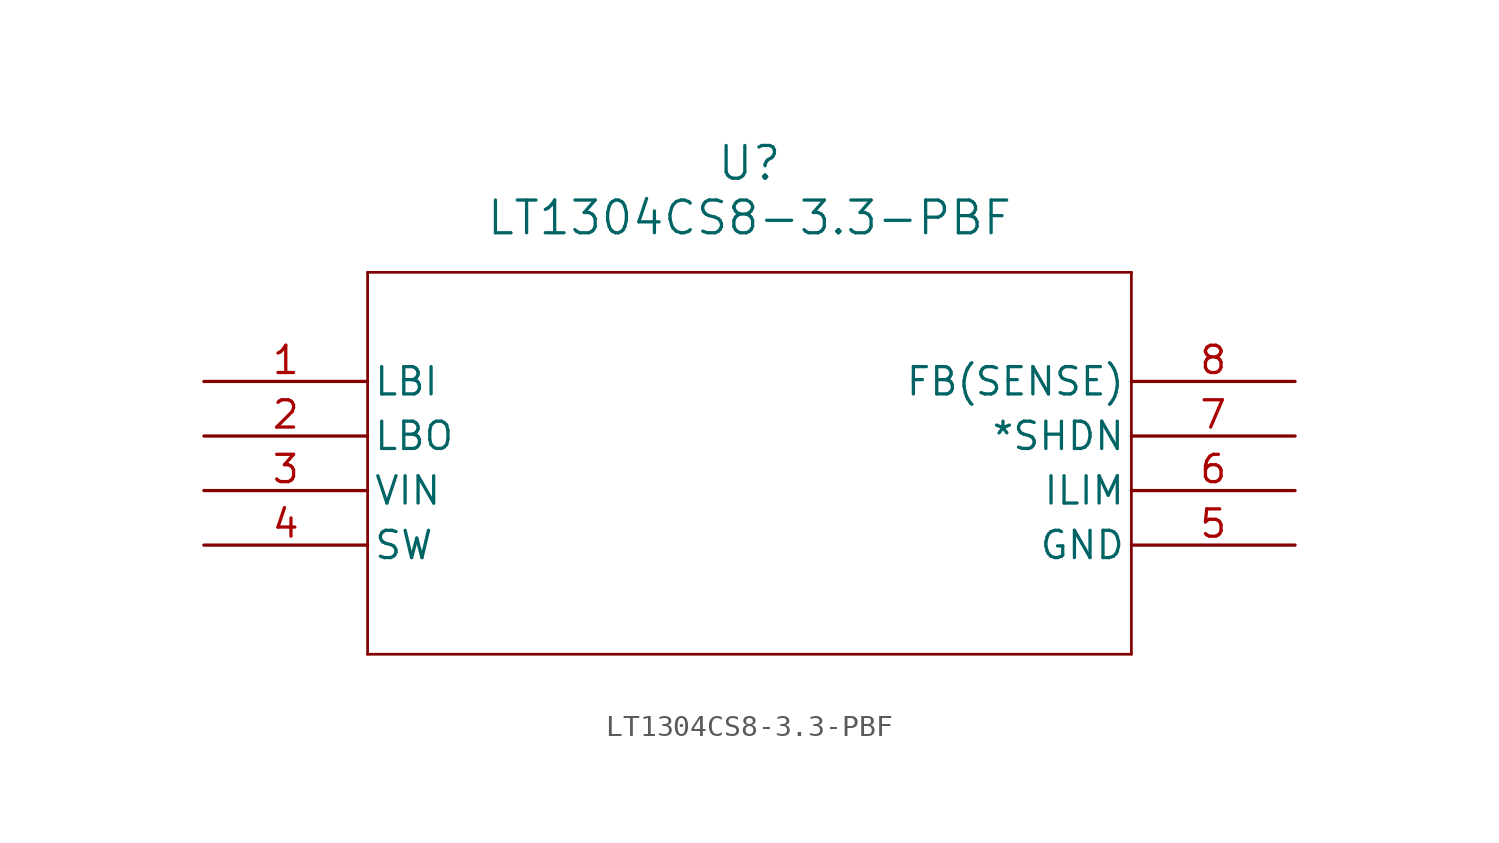
<source format=kicad_sym>
(kicad_symbol_lib
  (version 20211014)
  (generator kicad_symbol_editor)
  (symbol "LT1304CS8-3.3-PBF"
    (pin_names
      (offset 0.254))
    (property "Reference" "U"
      (at 25.4 10.16 0)
      (effects (font (size 1.524 1.524))))
    (property "Value" "LT1304CS8-3.3-PBF"
      (at 25.4 7.62 0)
      (effects (font (size 1.524 1.524))))
    (symbol "LT1304CS8-3.3-PBF_0_1"
      (polyline (pts (xy 7.62 5.08) (xy 7.62 -12.7)) (stroke (width 0.127) (type default) (color 0 0 0 0)) (fill (type none)))
      (polyline (pts (xy 7.62 -12.7) (xy 43.18 -12.7)) (stroke (width 0.127) (type default) (color 0 0 0 0)) (fill (type none)))
      (polyline (pts (xy 43.18 -12.7) (xy 43.18 5.08)) (stroke (width 0.127) (type default) (color 0 0 0 0)) (fill (type none)))
      (polyline (pts (xy 43.18 5.08) (xy 7.62 5.08)) (stroke (width 0.127) (type default) (color 0 0 0 0)) (fill (type none)))
      (pin input line (at 0 0 0) (length 7.62) (name "LBI" (effects (font (size 1.27 1.27)))) (number "1" (effects (font (size 1.27 1.27)))))
      (pin output line (at 0 -2.54 0) (length 7.62) (name "LBO" (effects (font (size 1.27 1.27)))) (number "2" (effects (font (size 1.27 1.27)))))
      (pin input line (at 0 -5.08 0) (length 7.62) (name "VIN" (effects (font (size 1.27 1.27)))) (number "3" (effects (font (size 1.27 1.27)))))
      (pin unspecified line (at 0 -7.62 0) (length 7.62) (name "SW" (effects (font (size 1.27 1.27)))) (number "4" (effects (font (size 1.27 1.27)))))
      (pin power_in line (at 50.8 -7.62 180) (length 7.62) (name "GND" (effects (font (size 1.27 1.27)))) (number "5" (effects (font (size 1.27 1.27)))))
      (pin unspecified line (at 50.8 -5.08 180) (length 7.62) (name "ILIM" (effects (font (size 1.27 1.27)))) (number "6" (effects (font (size 1.27 1.27)))))
      (pin input line (at 50.8 -2.54 180) (length 7.62) (name "*SHDN" (effects (font (size 1.27 1.27)))) (number "7" (effects (font (size 1.27 1.27)))))
      (pin input line (at 50.8 0 180) (length 7.62) (name "FB(SENSE)" (effects (font (size 1.27 1.27)))) (number "8" (effects (font (size 1.27 1.27))))))))
</source>
